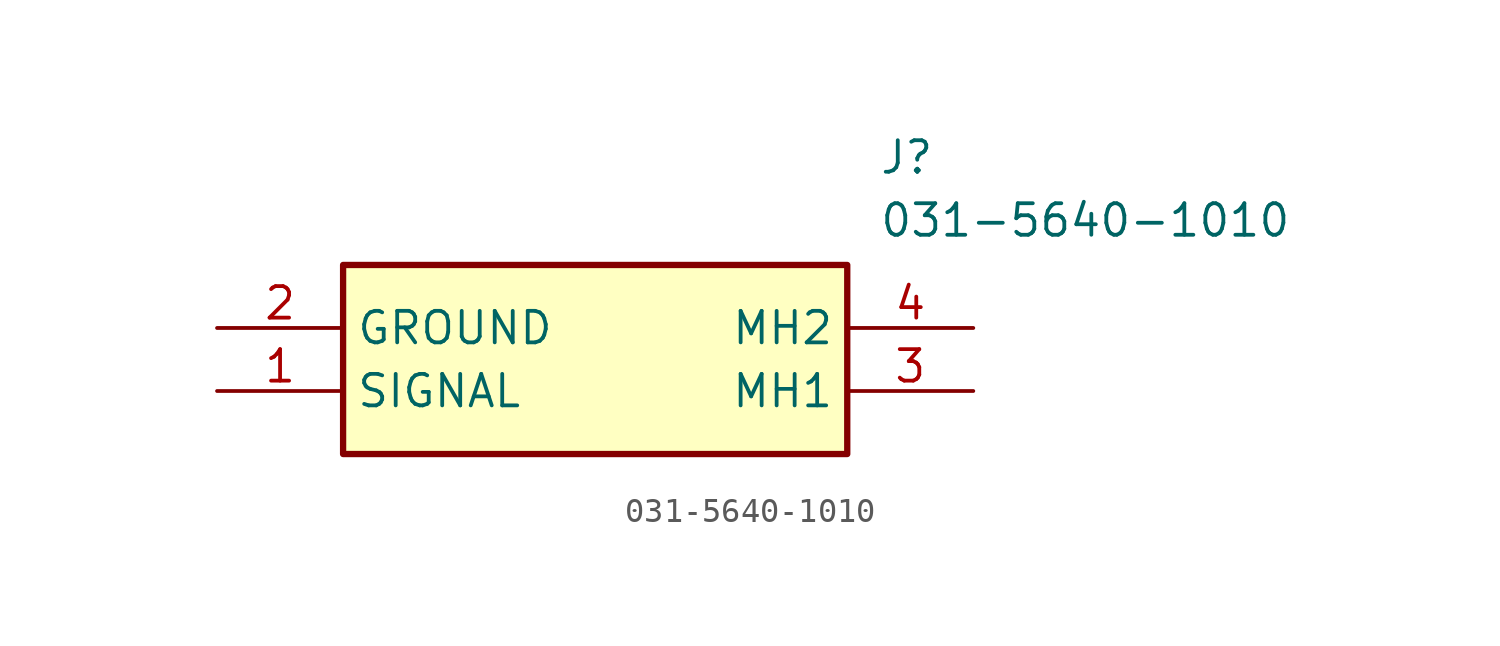
<source format=kicad_sym>
(kicad_symbol_lib
  (version 20211014)
  (generator SamacSys_ECAD_Model)
  (symbol "031-5640-1010"
    (property "Reference" "J"
      (at 26.67 7.62 0)
      (effects (font (size 1.27 1.27)) (justify left top)))
    (property "Value" "031-5640-1010"
      (at 26.67 5.08 0)
      (effects (font (size 1.27 1.27)) (justify left top)))
    (rectangle
      (start 5.08 2.54)
      (end 25.4 -5.08)
      (stroke (width 0.254) (type default))
      (fill (type background)))
    (pin passive line
      (at 0 -2.54 0)
      (length 5.08)
      (name "SIGNAL" (effects (font (size 1.27 1.27))))
      (number "1" (effects (font (size 1.27 1.27)))))
    (pin passive line
      (at 0 0 0)
      (length 5.08)
      (name "GROUND" (effects (font (size 1.27 1.27))))
      (number "2" (effects (font (size 1.27 1.27)))))
    (pin passive line
      (at 30.48 -2.54 180)
      (length 5.08)
      (name "MH1" (effects (font (size 1.27 1.27))))
      (number "3" (effects (font (size 1.27 1.27)))))
    (pin passive line
      (at 30.48 0 180)
      (length 5.08)
      (name "MH2" (effects (font (size 1.27 1.27))))
      (number "4" (effects (font (size 1.27 1.27)))))))
</source>
